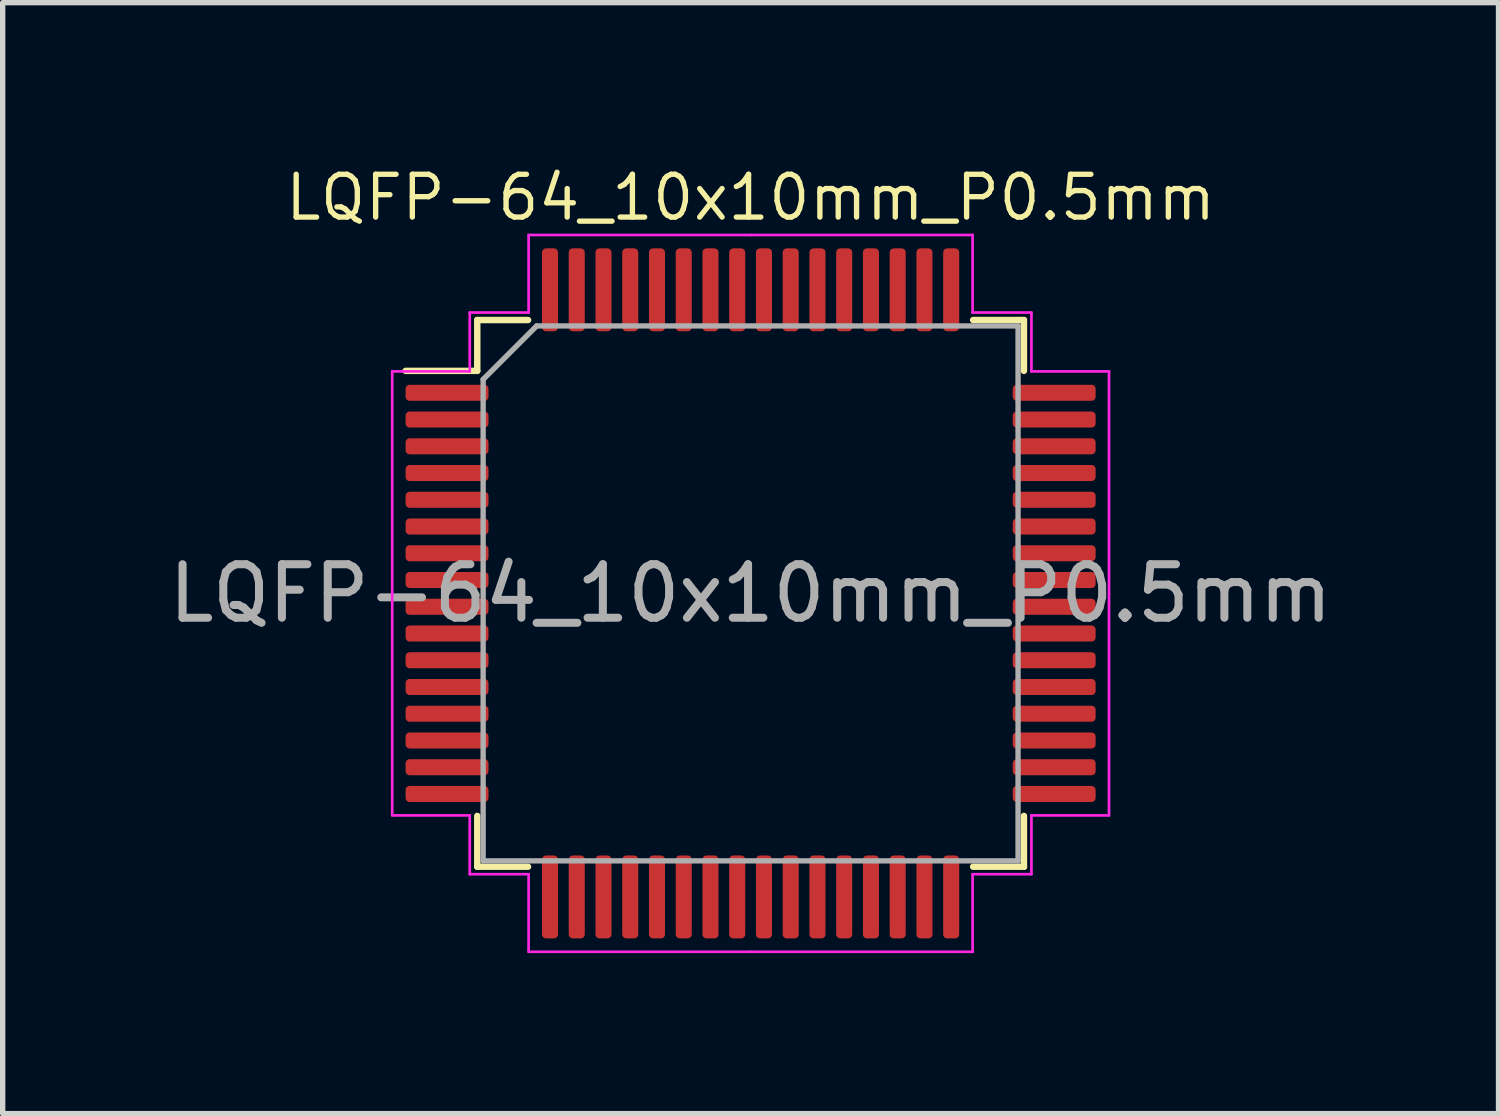
<source format=kicad_pcb>
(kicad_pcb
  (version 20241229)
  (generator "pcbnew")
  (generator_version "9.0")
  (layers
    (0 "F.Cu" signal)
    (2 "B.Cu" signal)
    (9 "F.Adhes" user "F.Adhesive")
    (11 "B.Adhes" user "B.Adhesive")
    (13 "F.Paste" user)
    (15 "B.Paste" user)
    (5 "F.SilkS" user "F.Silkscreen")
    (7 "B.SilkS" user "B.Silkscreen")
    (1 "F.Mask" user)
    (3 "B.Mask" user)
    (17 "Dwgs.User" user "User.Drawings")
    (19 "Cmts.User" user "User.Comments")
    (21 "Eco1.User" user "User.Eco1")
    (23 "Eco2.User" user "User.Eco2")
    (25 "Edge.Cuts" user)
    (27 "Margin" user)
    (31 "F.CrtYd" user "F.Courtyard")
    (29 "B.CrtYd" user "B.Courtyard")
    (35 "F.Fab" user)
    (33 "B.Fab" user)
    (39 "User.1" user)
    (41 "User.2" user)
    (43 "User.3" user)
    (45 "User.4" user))
  (footprint "LQFP-64_10x10mm_P0.5mm"
    (layer "F.Cu")
    (at 10.982 8.043)
    (property "Reference" "LQFP-64_10x10mm_P0.5mm" (at 0 -7.4 0) (unlocked yes) (layer "F.SilkS") (effects (font (size 0.8 0.8) (thickness 0.1))))
    (attr smd)
    (fp_line (start -5.11 -5.11) (end -5.11 -4.16) (stroke (width 0.12) (type solid)) (layer "F.SilkS"))
    (fp_line (start -5.11 -4.16) (end -6.45 -4.16) (stroke (width 0.12) (type solid)) (layer "F.SilkS"))
    (fp_line (start -5.11 5.11) (end -5.11 4.16) (stroke (width 0.12) (type solid)) (layer "F.SilkS"))
    (fp_line (start -4.16 -5.11) (end -5.11 -5.11) (stroke (width 0.12) (type solid)) (layer "F.SilkS"))
    (fp_line (start -4.16 5.11) (end -5.11 5.11) (stroke (width 0.12) (type solid)) (layer "F.SilkS"))
    (fp_line (start 4.16 -5.11) (end 5.11 -5.11) (stroke (width 0.12) (type solid)) (layer "F.SilkS"))
    (fp_line (start 4.16 5.11) (end 5.11 5.11) (stroke (width 0.12) (type solid)) (layer "F.SilkS"))
    (fp_line (start 5.11 -5.11) (end 5.11 -4.16) (stroke (width 0.12) (type solid)) (layer "F.SilkS"))
    (fp_line (start 5.11 5.11) (end 5.11 4.16) (stroke (width 0.12) (type solid)) (layer "F.SilkS"))
    (fp_line (start -6.7 -4.15) (end -6.7 0) (stroke (width 0.05) (type solid)) (layer "F.CrtYd"))
    (fp_line (start -6.7 4.15) (end -6.7 0) (stroke (width 0.05) (type solid)) (layer "F.CrtYd"))
    (fp_line (start -5.25 -5.25) (end -5.25 -4.15) (stroke (width 0.05) (type solid)) (layer "F.CrtYd"))
    (fp_line (start -5.25 -4.15) (end -6.7 -4.15) (stroke (width 0.05) (type solid)) (layer "F.CrtYd"))
    (fp_line (start -5.25 4.15) (end -6.7 4.15) (stroke (width 0.05) (type solid)) (layer "F.CrtYd"))
    (fp_line (start -5.25 5.25) (end -5.25 4.15) (stroke (width 0.05) (type solid)) (layer "F.CrtYd"))
    (fp_line (start -4.15 -6.7) (end -4.15 -5.25) (stroke (width 0.05) (type solid)) (layer "F.CrtYd"))
    (fp_line (start -4.15 -5.25) (end -5.25 -5.25) (stroke (width 0.05) (type solid)) (layer "F.CrtYd"))
    (fp_line (start -4.15 5.25) (end -5.25 5.25) (stroke (width 0.05) (type solid)) (layer "F.CrtYd"))
    (fp_line (start -4.15 6.7) (end -4.15 5.25) (stroke (width 0.05) (type solid)) (layer "F.CrtYd"))
    (fp_line (start 0 -6.7) (end -4.15 -6.7) (stroke (width 0.05) (type solid)) (layer "F.CrtYd"))
    (fp_line (start 0 -6.7) (end 4.15 -6.7) (stroke (width 0.05) (type solid)) (layer "F.CrtYd"))
    (fp_line (start 0 6.7) (end -4.15 6.7) (stroke (width 0.05) (type solid)) (layer "F.CrtYd"))
    (fp_line (start 0 6.7) (end 4.15 6.7) (stroke (width 0.05) (type solid)) (layer "F.CrtYd"))
    (fp_line (start 4.15 -6.7) (end 4.15 -5.25) (stroke (width 0.05) (type solid)) (layer "F.CrtYd"))
    (fp_line (start 4.15 -5.25) (end 5.25 -5.25) (stroke (width 0.05) (type solid)) (layer "F.CrtYd"))
    (fp_line (start 4.15 5.25) (end 5.25 5.25) (stroke (width 0.05) (type solid)) (layer "F.CrtYd"))
    (fp_line (start 4.15 6.7) (end 4.15 5.25) (stroke (width 0.05) (type solid)) (layer "F.CrtYd"))
    (fp_line (start 5.25 -5.25) (end 5.25 -4.15) (stroke (width 0.05) (type solid)) (layer "F.CrtYd"))
    (fp_line (start 5.25 -4.15) (end 6.7 -4.15) (stroke (width 0.05) (type solid)) (layer "F.CrtYd"))
    (fp_line (start 5.25 4.15) (end 6.7 4.15) (stroke (width 0.05) (type solid)) (layer "F.CrtYd"))
    (fp_line (start 5.25 5.25) (end 5.25 4.15) (stroke (width 0.05) (type solid)) (layer "F.CrtYd"))
    (fp_line (start 6.7 -4.15) (end 6.7 0) (stroke (width 0.05) (type solid)) (layer "F.CrtYd"))
    (fp_line (start 6.7 4.15) (end 6.7 0) (stroke (width 0.05) (type solid)) (layer "F.CrtYd"))
    (fp_line (start -5 -4) (end -4 -5) (stroke (width 0.1) (type solid)) (layer "F.Fab"))
    (fp_line (start -5 5) (end -5 -4) (stroke (width 0.1) (type solid)) (layer "F.Fab"))
    (fp_line (start -4 -5) (end 5 -5) (stroke (width 0.1) (type solid)) (layer "F.Fab"))
    (fp_line (start 5 -5) (end 5 5) (stroke (width 0.1) (type solid)) (layer "F.Fab"))
    (fp_line (start 5 5) (end -5 5) (stroke (width 0.1) (type solid)) (layer "F.Fab"))
    (fp_text user "${REFERENCE}" (at 0 0 0) (layer "F.Fab") (effects (font (size 1 1) (thickness 0.15))))
    (pad "1" smd roundrect (at -5.675 -3.75) (size 1.55 0.3) (layers "F.Cu" "F.Mask" "F.Paste") (roundrect_rratio 0.25))
    (pad "2" smd roundrect (at -5.675 -3.25) (size 1.55 0.3) (layers "F.Cu" "F.Mask" "F.Paste") (roundrect_rratio 0.25))
    (pad "3" smd roundrect (at -5.675 -2.75) (size 1.55 0.3) (layers "F.Cu" "F.Mask" "F.Paste") (roundrect_rratio 0.25))
    (pad "4" smd roundrect (at -5.675 -2.25) (size 1.55 0.3) (layers "F.Cu" "F.Mask" "F.Paste") (roundrect_rratio 0.25))
    (pad "5" smd roundrect (at -5.675 -1.75) (size 1.55 0.3) (layers "F.Cu" "F.Mask" "F.Paste") (roundrect_rratio 0.25))
    (pad "6" smd roundrect (at -5.675 -1.25) (size 1.55 0.3) (layers "F.Cu" "F.Mask" "F.Paste") (roundrect_rratio 0.25))
    (pad "7" smd roundrect (at -5.675 -0.75) (size 1.55 0.3) (layers "F.Cu" "F.Mask" "F.Paste") (roundrect_rratio 0.25))
    (pad "8" smd roundrect (at -5.675 -0.25) (size 1.55 0.3) (layers "F.Cu" "F.Mask" "F.Paste") (roundrect_rratio 0.25))
    (pad "9" smd roundrect (at -5.675 0.25) (size 1.55 0.3) (layers "F.Cu" "F.Mask" "F.Paste") (roundrect_rratio 0.25))
    (pad "10" smd roundrect (at -5.675 0.75) (size 1.55 0.3) (layers "F.Cu" "F.Mask" "F.Paste") (roundrect_rratio 0.25))
    (pad "11" smd roundrect (at -5.675 1.25) (size 1.55 0.3) (layers "F.Cu" "F.Mask" "F.Paste") (roundrect_rratio 0.25))
    (pad "12" smd roundrect (at -5.675 1.75) (size 1.55 0.3) (layers "F.Cu" "F.Mask" "F.Paste") (roundrect_rratio 0.25))
    (pad "13" smd roundrect (at -5.675 2.25) (size 1.55 0.3) (layers "F.Cu" "F.Mask" "F.Paste") (roundrect_rratio 0.25))
    (pad "14" smd roundrect (at -5.675 2.75) (size 1.55 0.3) (layers "F.Cu" "F.Mask" "F.Paste") (roundrect_rratio 0.25))
    (pad "15" smd roundrect (at -5.675 3.25) (size 1.55 0.3) (layers "F.Cu" "F.Mask" "F.Paste") (roundrect_rratio 0.25))
    (pad "16" smd roundrect (at -5.675 3.75) (size 1.55 0.3) (layers "F.Cu" "F.Mask" "F.Paste") (roundrect_rratio 0.25))
    (pad "17" smd roundrect (at -3.75 5.675) (size 0.3 1.55) (layers "F.Cu" "F.Mask" "F.Paste") (roundrect_rratio 0.25))
    (pad "18" smd roundrect (at -3.25 5.675) (size 0.3 1.55) (layers "F.Cu" "F.Mask" "F.Paste") (roundrect_rratio 0.25))
    (pad "19" smd roundrect (at -2.75 5.675) (size 0.3 1.55) (layers "F.Cu" "F.Mask" "F.Paste") (roundrect_rratio 0.25))
    (pad "20" smd roundrect (at -2.25 5.675) (size 0.3 1.55) (layers "F.Cu" "F.Mask" "F.Paste") (roundrect_rratio 0.25))
    (pad "21" smd roundrect (at -1.75 5.675) (size 0.3 1.55) (layers "F.Cu" "F.Mask" "F.Paste") (roundrect_rratio 0.25))
    (pad "22" smd roundrect (at -1.25 5.675) (size 0.3 1.55) (layers "F.Cu" "F.Mask" "F.Paste") (roundrect_rratio 0.25))
    (pad "23" smd roundrect (at -0.75 5.675) (size 0.3 1.55) (layers "F.Cu" "F.Mask" "F.Paste") (roundrect_rratio 0.25))
    (pad "24" smd roundrect (at -0.25 5.675) (size 0.3 1.55) (layers "F.Cu" "F.Mask" "F.Paste") (roundrect_rratio 0.25))
    (pad "25" smd roundrect (at 0.25 5.675) (size 0.3 1.55) (layers "F.Cu" "F.Mask" "F.Paste") (roundrect_rratio 0.25))
    (pad "26" smd roundrect (at 0.75 5.675) (size 0.3 1.55) (layers "F.Cu" "F.Mask" "F.Paste") (roundrect_rratio 0.25))
    (pad "27" smd roundrect (at 1.25 5.675) (size 0.3 1.55) (layers "F.Cu" "F.Mask" "F.Paste") (roundrect_rratio 0.25))
    (pad "28" smd roundrect (at 1.75 5.675) (size 0.3 1.55) (layers "F.Cu" "F.Mask" "F.Paste") (roundrect_rratio 0.25))
    (pad "29" smd roundrect (at 2.25 5.675) (size 0.3 1.55) (layers "F.Cu" "F.Mask" "F.Paste") (roundrect_rratio 0.25))
    (pad "30" smd roundrect (at 2.75 5.675) (size 0.3 1.55) (layers "F.Cu" "F.Mask" "F.Paste") (roundrect_rratio 0.25))
    (pad "31" smd roundrect (at 3.25 5.675) (size 0.3 1.55) (layers "F.Cu" "F.Mask" "F.Paste") (roundrect_rratio 0.25))
    (pad "32" smd roundrect (at 3.75 5.675) (size 0.3 1.55) (layers "F.Cu" "F.Mask" "F.Paste") (roundrect_rratio 0.25))
    (pad "33" smd roundrect (at 5.675 3.75) (size 1.55 0.3) (layers "F.Cu" "F.Mask" "F.Paste") (roundrect_rratio 0.25))
    (pad "34" smd roundrect (at 5.675 3.25) (size 1.55 0.3) (layers "F.Cu" "F.Mask" "F.Paste") (roundrect_rratio 0.25))
    (pad "35" smd roundrect (at 5.675 2.75) (size 1.55 0.3) (layers "F.Cu" "F.Mask" "F.Paste") (roundrect_rratio 0.25))
    (pad "36" smd roundrect (at 5.675 2.25) (size 1.55 0.3) (layers "F.Cu" "F.Mask" "F.Paste") (roundrect_rratio 0.25))
    (pad "37" smd roundrect (at 5.675 1.75) (size 1.55 0.3) (layers "F.Cu" "F.Mask" "F.Paste") (roundrect_rratio 0.25))
    (pad "38" smd roundrect (at 5.675 1.25) (size 1.55 0.3) (layers "F.Cu" "F.Mask" "F.Paste") (roundrect_rratio 0.25))
    (pad "39" smd roundrect (at 5.675 0.75) (size 1.55 0.3) (layers "F.Cu" "F.Mask" "F.Paste") (roundrect_rratio 0.25))
    (pad "40" smd roundrect (at 5.675 0.25) (size 1.55 0.3) (layers "F.Cu" "F.Mask" "F.Paste") (roundrect_rratio 0.25))
    (pad "41" smd roundrect (at 5.675 -0.25) (size 1.55 0.3) (layers "F.Cu" "F.Mask" "F.Paste") (roundrect_rratio 0.25))
    (pad "42" smd roundrect (at 5.675 -0.75) (size 1.55 0.3) (layers "F.Cu" "F.Mask" "F.Paste") (roundrect_rratio 0.25))
    (pad "43" smd roundrect (at 5.675 -1.25) (size 1.55 0.3) (layers "F.Cu" "F.Mask" "F.Paste") (roundrect_rratio 0.25))
    (pad "44" smd roundrect (at 5.675 -1.75) (size 1.55 0.3) (layers "F.Cu" "F.Mask" "F.Paste") (roundrect_rratio 0.25))
    (pad "45" smd roundrect (at 5.675 -2.25) (size 1.55 0.3) (layers "F.Cu" "F.Mask" "F.Paste") (roundrect_rratio 0.25))
    (pad "46" smd roundrect (at 5.675 -2.75) (size 1.55 0.3) (layers "F.Cu" "F.Mask" "F.Paste") (roundrect_rratio 0.25))
    (pad "47" smd roundrect (at 5.675 -3.25) (size 1.55 0.3) (layers "F.Cu" "F.Mask" "F.Paste") (roundrect_rratio 0.25))
    (pad "48" smd roundrect (at 5.675 -3.75) (size 1.55 0.3) (layers "F.Cu" "F.Mask" "F.Paste") (roundrect_rratio 0.25))
    (pad "49" smd roundrect (at 3.75 -5.675) (size 0.3 1.55) (layers "F.Cu" "F.Mask" "F.Paste") (roundrect_rratio 0.25))
    (pad "50" smd roundrect (at 3.25 -5.675) (size 0.3 1.55) (layers "F.Cu" "F.Mask" "F.Paste") (roundrect_rratio 0.25))
    (pad "51" smd roundrect (at 2.75 -5.675) (size 0.3 1.55) (layers "F.Cu" "F.Mask" "F.Paste") (roundrect_rratio 0.25))
    (pad "52" smd roundrect (at 2.25 -5.675) (size 0.3 1.55) (layers "F.Cu" "F.Mask" "F.Paste") (roundrect_rratio 0.25))
    (pad "53" smd roundrect (at 1.75 -5.675) (size 0.3 1.55) (layers "F.Cu" "F.Mask" "F.Paste") (roundrect_rratio 0.25))
    (pad "54" smd roundrect (at 1.25 -5.675) (size 0.3 1.55) (layers "F.Cu" "F.Mask" "F.Paste") (roundrect_rratio 0.25))
    (pad "55" smd roundrect (at 0.75 -5.675) (size 0.3 1.55) (layers "F.Cu" "F.Mask" "F.Paste") (roundrect_rratio 0.25))
    (pad "56" smd roundrect (at 0.25 -5.675) (size 0.3 1.55) (layers "F.Cu" "F.Mask" "F.Paste") (roundrect_rratio 0.25))
    (pad "57" smd roundrect (at -0.25 -5.675) (size 0.3 1.55) (layers "F.Cu" "F.Mask" "F.Paste") (roundrect_rratio 0.25))
    (pad "58" smd roundrect (at -0.75 -5.675) (size 0.3 1.55) (layers "F.Cu" "F.Mask" "F.Paste") (roundrect_rratio 0.25))
    (pad "59" smd roundrect (at -1.25 -5.675) (size 0.3 1.55) (layers "F.Cu" "F.Mask" "F.Paste") (roundrect_rratio 0.25))
    (pad "60" smd roundrect (at -1.75 -5.675) (size 0.3 1.55) (layers "F.Cu" "F.Mask" "F.Paste") (roundrect_rratio 0.25))
    (pad "61" smd roundrect (at -2.25 -5.675) (size 0.3 1.55) (layers "F.Cu" "F.Mask" "F.Paste") (roundrect_rratio 0.25))
    (pad "62" smd roundrect (at -2.75 -5.675) (size 0.3 1.55) (layers "F.Cu" "F.Mask" "F.Paste") (roundrect_rratio 0.25))
    (pad "63" smd roundrect (at -3.25 -5.675) (size 0.3 1.55) (layers "F.Cu" "F.Mask" "F.Paste") (roundrect_rratio 0.25))
    (pad "64" smd roundrect (at -3.75 -5.675) (size 0.3 1.55) (layers "F.Cu" "F.Mask" "F.Paste") (roundrect_rratio 0.25)))
  (gr_rect
    (start -3 -3)
    (end 24.964 17.768)
    (stroke (width 0.1) (type default))
    (fill no)
    (layer "Edge.Cuts")))
</source>
